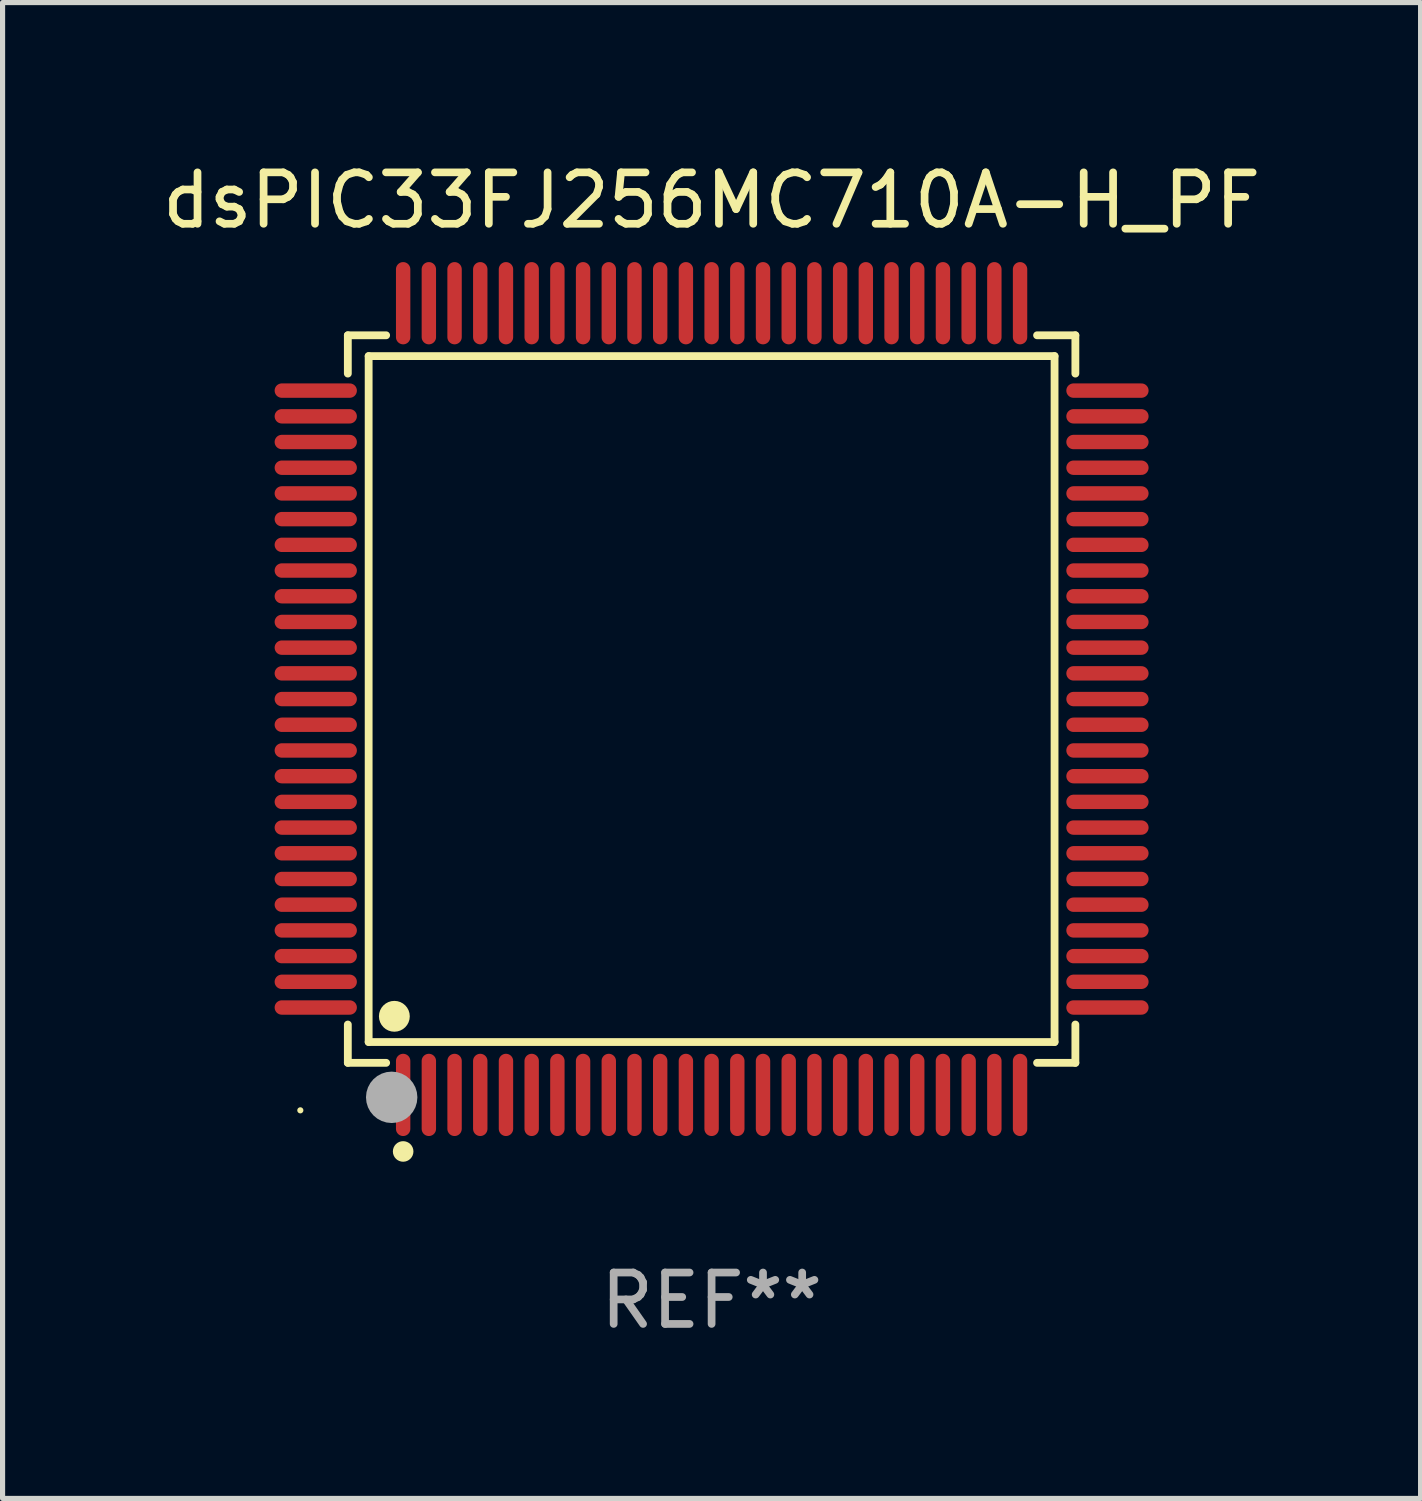
<source format=kicad_pcb>
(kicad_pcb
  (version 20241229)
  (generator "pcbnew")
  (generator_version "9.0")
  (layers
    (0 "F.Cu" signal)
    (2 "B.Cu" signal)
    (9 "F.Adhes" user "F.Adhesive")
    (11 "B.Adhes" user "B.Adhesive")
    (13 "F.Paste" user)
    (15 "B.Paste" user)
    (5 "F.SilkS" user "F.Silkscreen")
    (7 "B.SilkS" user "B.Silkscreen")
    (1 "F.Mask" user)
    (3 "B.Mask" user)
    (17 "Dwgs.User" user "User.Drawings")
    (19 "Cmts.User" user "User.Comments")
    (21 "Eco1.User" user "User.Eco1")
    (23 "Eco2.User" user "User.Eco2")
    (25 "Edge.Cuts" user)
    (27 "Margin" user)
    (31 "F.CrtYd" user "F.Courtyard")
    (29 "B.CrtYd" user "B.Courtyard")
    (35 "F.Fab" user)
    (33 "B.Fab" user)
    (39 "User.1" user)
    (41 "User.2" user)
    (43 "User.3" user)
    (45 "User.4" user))
  (footprint "dsPIC33FJ256MC710A-H_PF"
    (layer "F.Cu")
    (at 10.792 10.548)
    (property "Reference" "dsPIC33FJ256MC710A-H_PF" (at 0 -9.7 0) (layer "F.SilkS") (effects (font (size 1 1) (thickness 0.15))))
    (attr through_hole)
    (fp_line (start -7.076 -7.076) (end -6.331 -7.076) (stroke (width 0.152) (type solid)) (layer "F.SilkS"))
    (fp_line (start -7.076 -6.331) (end -7.076 -7.076) (stroke (width 0.152) (type solid)) (layer "F.SilkS"))
    (fp_line (start -7.076 6.331) (end -7.076 7.076) (stroke (width 0.152) (type solid)) (layer "F.SilkS"))
    (fp_line (start -7.076 7.076) (end -6.331 7.076) (stroke (width 0.152) (type solid)) (layer "F.SilkS"))
    (fp_line (start -6.671 -6.671) (end 6.671 -6.671) (stroke (width 0.152) (type solid)) (layer "F.SilkS"))
    (fp_line (start -6.671 6.671) (end -6.671 -6.671) (stroke (width 0.152) (type solid)) (layer "F.SilkS"))
    (fp_line (start 6.671 -6.671) (end 6.671 6.671) (stroke (width 0.152) (type solid)) (layer "F.SilkS"))
    (fp_line (start 6.671 6.671) (end -6.671 6.671) (stroke (width 0.152) (type solid)) (layer "F.SilkS"))
    (fp_line (start 7.076 -7.076) (end 6.331 -7.076) (stroke (width 0.152) (type solid)) (layer "F.SilkS"))
    (fp_line (start 7.076 -6.331) (end 7.076 -7.076) (stroke (width 0.152) (type solid)) (layer "F.SilkS"))
    (fp_line (start 7.076 6.331) (end 7.076 7.076) (stroke (width 0.152) (type solid)) (layer "F.SilkS"))
    (fp_line (start 7.076 7.076) (end 6.331 7.076) (stroke (width 0.152) (type solid)) (layer "F.SilkS"))
    (fp_circle (center -8 8) (end -7.97 8) (stroke (width 0.06) (type solid)) (fill no) (layer "F.SilkS"))
    (fp_circle (center -6.171 6.171) (end -6.021 6.171) (stroke (width 0.3) (type solid)) (fill no) (layer "F.SilkS"))
    (fp_circle (center -6 8.8) (end -5.9 8.8) (stroke (width 0.2) (type solid)) (fill no) (layer "F.SilkS"))
    (fp_circle (center -6.223 7.747) (end -5.973 7.747) (stroke (width 0.5) (type solid)) (fill no) (layer "F.Fab"))
    (fp_text user "REF**" (at 0 11.7 0) (layer "F.Fab") (effects (font (size 1 1) (thickness 0.15))))
    (pad "1" smd oval (at -6 7.7) (size 0.28 1.6) (layers "F.Cu" "F.Mask" "F.Paste"))
    (pad "2" smd oval (at -5.5 7.7) (size 0.28 1.6) (layers "F.Cu" "F.Mask" "F.Paste"))
    (pad "3" smd oval (at -5 7.7) (size 0.28 1.6) (layers "F.Cu" "F.Mask" "F.Paste"))
    (pad "4" smd oval (at -4.5 7.7) (size 0.28 1.6) (layers "F.Cu" "F.Mask" "F.Paste"))
    (pad "5" smd oval (at -4 7.7) (size 0.28 1.6) (layers "F.Cu" "F.Mask" "F.Paste"))
    (pad "6" smd oval (at -3.5 7.7) (size 0.28 1.6) (layers "F.Cu" "F.Mask" "F.Paste"))
    (pad "7" smd oval (at -3 7.7) (size 0.28 1.6) (layers "F.Cu" "F.Mask" "F.Paste"))
    (pad "8" smd oval (at -2.5 7.7) (size 0.28 1.6) (layers "F.Cu" "F.Mask" "F.Paste"))
    (pad "9" smd oval (at -2 7.7) (size 0.28 1.6) (layers "F.Cu" "F.Mask" "F.Paste"))
    (pad "10" smd oval (at -1.5 7.7) (size 0.28 1.6) (layers "F.Cu" "F.Mask" "F.Paste"))
    (pad "11" smd oval (at -1 7.7) (size 0.28 1.6) (layers "F.Cu" "F.Mask" "F.Paste"))
    (pad "12" smd oval (at -0.5 7.7) (size 0.28 1.6) (layers "F.Cu" "F.Mask" "F.Paste"))
    (pad "13" smd oval (at 0 7.7) (size 0.28 1.6) (layers "F.Cu" "F.Mask" "F.Paste"))
    (pad "14" smd oval (at 0.5 7.7) (size 0.28 1.6) (layers "F.Cu" "F.Mask" "F.Paste"))
    (pad "15" smd oval (at 1 7.7) (size 0.28 1.6) (layers "F.Cu" "F.Mask" "F.Paste"))
    (pad "16" smd oval (at 1.5 7.7) (size 0.28 1.6) (layers "F.Cu" "F.Mask" "F.Paste"))
    (pad "17" smd oval (at 2 7.7) (size 0.28 1.6) (layers "F.Cu" "F.Mask" "F.Paste"))
    (pad "18" smd oval (at 2.5 7.7) (size 0.28 1.6) (layers "F.Cu" "F.Mask" "F.Paste"))
    (pad "19" smd oval (at 3 7.7) (size 0.28 1.6) (layers "F.Cu" "F.Mask" "F.Paste"))
    (pad "20" smd oval (at 3.5 7.7) (size 0.28 1.6) (layers "F.Cu" "F.Mask" "F.Paste"))
    (pad "21" smd oval (at 4 7.7) (size 0.28 1.6) (layers "F.Cu" "F.Mask" "F.Paste"))
    (pad "22" smd oval (at 4.5 7.7) (size 0.28 1.6) (layers "F.Cu" "F.Mask" "F.Paste"))
    (pad "23" smd oval (at 5 7.7) (size 0.28 1.6) (layers "F.Cu" "F.Mask" "F.Paste"))
    (pad "24" smd oval (at 5.5 7.7) (size 0.28 1.6) (layers "F.Cu" "F.Mask" "F.Paste"))
    (pad "25" smd oval (at 6 7.7) (size 0.28 1.6) (layers "F.Cu" "F.Mask" "F.Paste"))
    (pad "26" smd oval (at 7.7 6) (size 1.6 0.28) (layers "F.Cu" "F.Mask" "F.Paste"))
    (pad "27" smd oval (at 7.7 5.5) (size 1.6 0.28) (layers "F.Cu" "F.Mask" "F.Paste"))
    (pad "28" smd oval (at 7.7 5) (size 1.6 0.28) (layers "F.Cu" "F.Mask" "F.Paste"))
    (pad "29" smd oval (at 7.7 4.5) (size 1.6 0.28) (layers "F.Cu" "F.Mask" "F.Paste"))
    (pad "30" smd oval (at 7.7 4) (size 1.6 0.28) (layers "F.Cu" "F.Mask" "F.Paste"))
    (pad "31" smd oval (at 7.7 3.5) (size 1.6 0.28) (layers "F.Cu" "F.Mask" "F.Paste"))
    (pad "32" smd oval (at 7.7 3) (size 1.6 0.28) (layers "F.Cu" "F.Mask" "F.Paste"))
    (pad "33" smd oval (at 7.7 2.5) (size 1.6 0.28) (layers "F.Cu" "F.Mask" "F.Paste"))
    (pad "34" smd oval (at 7.7 2) (size 1.6 0.28) (layers "F.Cu" "F.Mask" "F.Paste"))
    (pad "35" smd oval (at 7.7 1.5) (size 1.6 0.28) (layers "F.Cu" "F.Mask" "F.Paste"))
    (pad "36" smd oval (at 7.7 1) (size 1.6 0.28) (layers "F.Cu" "F.Mask" "F.Paste"))
    (pad "37" smd oval (at 7.7 0.5) (size 1.6 0.28) (layers "F.Cu" "F.Mask" "F.Paste"))
    (pad "38" smd oval (at 7.7 0) (size 1.6 0.28) (layers "F.Cu" "F.Mask" "F.Paste"))
    (pad "39" smd oval (at 7.7 -0.5) (size 1.6 0.28) (layers "F.Cu" "F.Mask" "F.Paste"))
    (pad "40" smd oval (at 7.7 -1) (size 1.6 0.28) (layers "F.Cu" "F.Mask" "F.Paste"))
    (pad "41" smd oval (at 7.7 -1.5) (size 1.6 0.28) (layers "F.Cu" "F.Mask" "F.Paste"))
    (pad "42" smd oval (at 7.7 -2) (size 1.6 0.28) (layers "F.Cu" "F.Mask" "F.Paste"))
    (pad "43" smd oval (at 7.7 -2.5) (size 1.6 0.28) (layers "F.Cu" "F.Mask" "F.Paste"))
    (pad "44" smd oval (at 7.7 -3) (size 1.6 0.28) (layers "F.Cu" "F.Mask" "F.Paste"))
    (pad "45" smd oval (at 7.7 -3.5) (size 1.6 0.28) (layers "F.Cu" "F.Mask" "F.Paste"))
    (pad "46" smd oval (at 7.7 -4) (size 1.6 0.28) (layers "F.Cu" "F.Mask" "F.Paste"))
    (pad "47" smd oval (at 7.7 -4.5) (size 1.6 0.28) (layers "F.Cu" "F.Mask" "F.Paste"))
    (pad "48" smd oval (at 7.7 -5) (size 1.6 0.28) (layers "F.Cu" "F.Mask" "F.Paste"))
    (pad "49" smd oval (at 7.7 -5.5) (size 1.6 0.28) (layers "F.Cu" "F.Mask" "F.Paste"))
    (pad "50" smd oval (at 7.7 -6) (size 1.6 0.28) (layers "F.Cu" "F.Mask" "F.Paste"))
    (pad "51" smd oval (at 6 -7.7) (size 0.28 1.6) (layers "F.Cu" "F.Mask" "F.Paste"))
    (pad "52" smd oval (at 5.5 -7.7) (size 0.28 1.6) (layers "F.Cu" "F.Mask" "F.Paste"))
    (pad "53" smd oval (at 5 -7.7) (size 0.28 1.6) (layers "F.Cu" "F.Mask" "F.Paste"))
    (pad "54" smd oval (at 4.5 -7.7) (size 0.28 1.6) (layers "F.Cu" "F.Mask" "F.Paste"))
    (pad "55" smd oval (at 4 -7.7) (size 0.28 1.6) (layers "F.Cu" "F.Mask" "F.Paste"))
    (pad "56" smd oval (at 3.5 -7.7) (size 0.28 1.6) (layers "F.Cu" "F.Mask" "F.Paste"))
    (pad "57" smd oval (at 3 -7.7) (size 0.28 1.6) (layers "F.Cu" "F.Mask" "F.Paste"))
    (pad "58" smd oval (at 2.5 -7.7) (size 0.28 1.6) (layers "F.Cu" "F.Mask" "F.Paste"))
    (pad "59" smd oval (at 2 -7.7) (size 0.28 1.6) (layers "F.Cu" "F.Mask" "F.Paste"))
    (pad "60" smd oval (at 1.5 -7.7) (size 0.28 1.6) (layers "F.Cu" "F.Mask" "F.Paste"))
    (pad "61" smd oval (at 1 -7.7) (size 0.28 1.6) (layers "F.Cu" "F.Mask" "F.Paste"))
    (pad "62" smd oval (at 0.5 -7.7) (size 0.28 1.6) (layers "F.Cu" "F.Mask" "F.Paste"))
    (pad "63" smd oval (at 0 -7.7) (size 0.28 1.6) (layers "F.Cu" "F.Mask" "F.Paste"))
    (pad "64" smd oval (at -0.5 -7.7) (size 0.28 1.6) (layers "F.Cu" "F.Mask" "F.Paste"))
    (pad "65" smd oval (at -1 -7.7) (size 0.28 1.6) (layers "F.Cu" "F.Mask" "F.Paste"))
    (pad "66" smd oval (at -1.5 -7.7) (size 0.28 1.6) (layers "F.Cu" "F.Mask" "F.Paste"))
    (pad "67" smd oval (at -2 -7.7) (size 0.28 1.6) (layers "F.Cu" "F.Mask" "F.Paste"))
    (pad "68" smd oval (at -2.5 -7.7) (size 0.28 1.6) (layers "F.Cu" "F.Mask" "F.Paste"))
    (pad "69" smd oval (at -3 -7.7) (size 0.28 1.6) (layers "F.Cu" "F.Mask" "F.Paste"))
    (pad "70" smd oval (at -3.5 -7.7) (size 0.28 1.6) (layers "F.Cu" "F.Mask" "F.Paste"))
    (pad "71" smd oval (at -4 -7.7) (size 0.28 1.6) (layers "F.Cu" "F.Mask" "F.Paste"))
    (pad "72" smd oval (at -4.5 -7.7) (size 0.28 1.6) (layers "F.Cu" "F.Mask" "F.Paste"))
    (pad "73" smd oval (at -5 -7.7) (size 0.28 1.6) (layers "F.Cu" "F.Mask" "F.Paste"))
    (pad "74" smd oval (at -5.5 -7.7) (size 0.28 1.6) (layers "F.Cu" "F.Mask" "F.Paste"))
    (pad "75" smd oval (at -6 -7.7) (size 0.28 1.6) (layers "F.Cu" "F.Mask" "F.Paste"))
    (pad "76" smd oval (at -7.7 -6) (size 1.6 0.28) (layers "F.Cu" "F.Mask" "F.Paste"))
    (pad "77" smd oval (at -7.7 -5.5) (size 1.6 0.28) (layers "F.Cu" "F.Mask" "F.Paste"))
    (pad "78" smd oval (at -7.7 -5) (size 1.6 0.28) (layers "F.Cu" "F.Mask" "F.Paste"))
    (pad "79" smd oval (at -7.7 -4.5) (size 1.6 0.28) (layers "F.Cu" "F.Mask" "F.Paste"))
    (pad "80" smd oval (at -7.7 -4) (size 1.6 0.28) (layers "F.Cu" "F.Mask" "F.Paste"))
    (pad "81" smd oval (at -7.7 -3.5) (size 1.6 0.28) (layers "F.Cu" "F.Mask" "F.Paste"))
    (pad "82" smd oval (at -7.7 -3) (size 1.6 0.28) (layers "F.Cu" "F.Mask" "F.Paste"))
    (pad "83" smd oval (at -7.7 -2.5) (size 1.6 0.28) (layers "F.Cu" "F.Mask" "F.Paste"))
    (pad "84" smd oval (at -7.7 -2) (size 1.6 0.28) (layers "F.Cu" "F.Mask" "F.Paste"))
    (pad "85" smd oval (at -7.7 -1.5) (size 1.6 0.28) (layers "F.Cu" "F.Mask" "F.Paste"))
    (pad "86" smd oval (at -7.7 -1) (size 1.6 0.28) (layers "F.Cu" "F.Mask" "F.Paste"))
    (pad "87" smd oval (at -7.7 -0.5) (size 1.6 0.28) (layers "F.Cu" "F.Mask" "F.Paste"))
    (pad "88" smd oval (at -7.7 0) (size 1.6 0.28) (layers "F.Cu" "F.Mask" "F.Paste"))
    (pad "89" smd oval (at -7.7 0.5) (size 1.6 0.28) (layers "F.Cu" "F.Mask" "F.Paste"))
    (pad "90" smd oval (at -7.7 1) (size 1.6 0.28) (layers "F.Cu" "F.Mask" "F.Paste"))
    (pad "91" smd oval (at -7.7 1.5) (size 1.6 0.28) (layers "F.Cu" "F.Mask" "F.Paste"))
    (pad "92" smd oval (at -7.7 2) (size 1.6 0.28) (layers "F.Cu" "F.Mask" "F.Paste"))
    (pad "93" smd oval (at -7.7 2.5) (size 1.6 0.28) (layers "F.Cu" "F.Mask" "F.Paste"))
    (pad "94" smd oval (at -7.7 3) (size 1.6 0.28) (layers "F.Cu" "F.Mask" "F.Paste"))
    (pad "95" smd oval (at -7.7 3.5) (size 1.6 0.28) (layers "F.Cu" "F.Mask" "F.Paste"))
    (pad "96" smd oval (at -7.7 4) (size 1.6 0.28) (layers "F.Cu" "F.Mask" "F.Paste"))
    (pad "97" smd oval (at -7.7 4.5) (size 1.6 0.28) (layers "F.Cu" "F.Mask" "F.Paste"))
    (pad "98" smd oval (at -7.7 5) (size 1.6 0.28) (layers "F.Cu" "F.Mask" "F.Paste"))
    (pad "99" smd oval (at -7.7 5.5) (size 1.6 0.28) (layers "F.Cu" "F.Mask" "F.Paste"))
    (pad "100" smd oval (at -7.7 6) (size 1.6 0.28) (layers "F.Cu" "F.Mask" "F.Paste")))
  (gr_rect
    (start -3 -3)
    (end 24.583 26.097)
    (stroke (width 0.1) (type default))
    (fill no)
    (layer "Edge.Cuts")))
</source>
